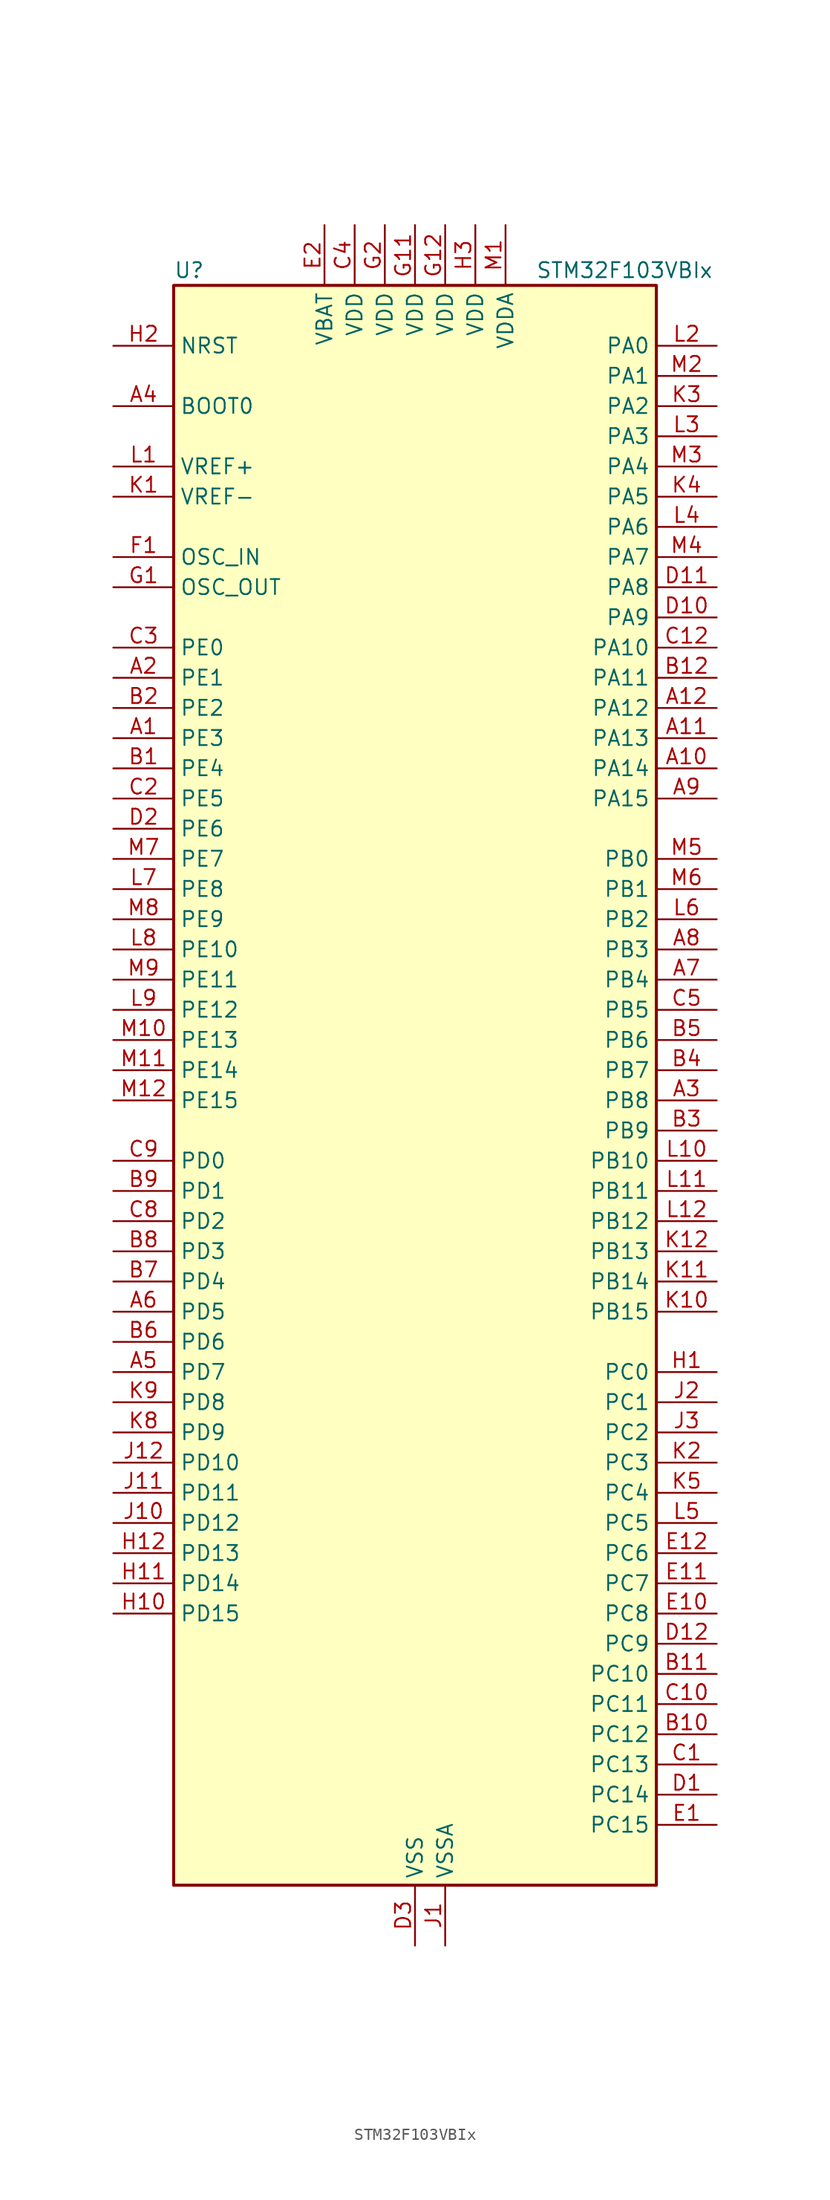
<source format=kicad_sym>
(kicad_symbol_lib
  (version 20241209)
  (generator "kicad_symbol_editor")
  (generator_version "9.0")
  (symbol "STM32F103VBIx"
    (property "Reference" "U"
      (at -20.32 69.85 0)
      (effects (font (size 1.27 1.27)) (justify left)))
    (property "Value" "STM32F103VBIx"
      (at 10.16 69.85 0)
      (effects (font (size 1.27 1.27)) (justify left)))
    (symbol "STM32F103VBIx_0_1"
      (rectangle (start -20.32 -66.04) (end 20.32 68.58) (stroke (width 0.254) (type default)) (fill (type background))))
    (symbol "STM32F103VBIx_1_1"
      (pin input line (at -25.4 63.5 0) (length 5.08) (name "NRST" (effects (font (size 1.27 1.27)))) (number "H2" (effects (font (size 1.27 1.27)))))
      (pin input line (at -25.4 58.42 0) (length 5.08) (name "BOOT0" (effects (font (size 1.27 1.27)))) (number "A4" (effects (font (size 1.27 1.27)))))
      (pin input line (at -25.4 53.34 0) (length 5.08) (name "VREF+" (effects (font (size 1.27 1.27)))) (number "L1" (effects (font (size 1.27 1.27)))))
      (pin input line (at -25.4 50.8 0) (length 5.08) (name "VREF-" (effects (font (size 1.27 1.27)))) (number "K1" (effects (font (size 1.27 1.27)))))
      (pin input line (at -25.4 45.72 0) (length 5.08) (name "OSC_IN" (effects (font (size 1.27 1.27)))) (number "F1" (effects (font (size 1.27 1.27)))) (alternate "RCC_OSC_IN" bidirectional line))
      (pin input line (at -25.4 43.18 0) (length 5.08) (name "OSC_OUT" (effects (font (size 1.27 1.27)))) (number "G1" (effects (font (size 1.27 1.27)))) (alternate "RCC_OSC_OUT" bidirectional line))
      (pin bidirectional line (at -25.4 38.1 0) (length 5.08) (name "PE0" (effects (font (size 1.27 1.27)))) (number "C3" (effects (font (size 1.27 1.27)))) (alternate "TIM4_ETR" bidirectional line))
      (pin bidirectional line (at -25.4 35.56 0) (length 5.08) (name "PE1" (effects (font (size 1.27 1.27)))) (number "A2" (effects (font (size 1.27 1.27)))))
      (pin bidirectional line (at -25.4 33.02 0) (length 5.08) (name "PE2" (effects (font (size 1.27 1.27)))) (number "B2" (effects (font (size 1.27 1.27)))) (alternate "SYS_TRACECLK" bidirectional line))
      (pin bidirectional line (at -25.4 30.48 0) (length 5.08) (name "PE3" (effects (font (size 1.27 1.27)))) (number "A1" (effects (font (size 1.27 1.27)))) (alternate "SYS_TRACED0" bidirectional line))
      (pin bidirectional line (at -25.4 27.94 0) (length 5.08) (name "PE4" (effects (font (size 1.27 1.27)))) (number "B1" (effects (font (size 1.27 1.27)))) (alternate "SYS_TRACED1" bidirectional line))
      (pin bidirectional line (at -25.4 25.4 0) (length 5.08) (name "PE5" (effects (font (size 1.27 1.27)))) (number "C2" (effects (font (size 1.27 1.27)))) (alternate "SYS_TRACED2" bidirectional line))
      (pin bidirectional line (at -25.4 22.86 0) (length 5.08) (name "PE6" (effects (font (size 1.27 1.27)))) (number "D2" (effects (font (size 1.27 1.27)))) (alternate "SYS_TRACED3" bidirectional line))
      (pin bidirectional line (at -25.4 20.32 0) (length 5.08) (name "PE7" (effects (font (size 1.27 1.27)))) (number "M7" (effects (font (size 1.27 1.27)))) (alternate "TIM1_ETR" bidirectional line))
      (pin bidirectional line (at -25.4 17.78 0) (length 5.08) (name "PE8" (effects (font (size 1.27 1.27)))) (number "L7" (effects (font (size 1.27 1.27)))) (alternate "TIM1_CH1N" bidirectional line))
      (pin bidirectional line (at -25.4 15.24 0) (length 5.08) (name "PE9" (effects (font (size 1.27 1.27)))) (number "M8" (effects (font (size 1.27 1.27)))) (alternate "TIM1_CH1" bidirectional line))
      (pin bidirectional line (at -25.4 12.7 0) (length 5.08) (name "PE10" (effects (font (size 1.27 1.27)))) (number "L8" (effects (font (size 1.27 1.27)))) (alternate "TIM1_CH2N" bidirectional line))
      (pin bidirectional line (at -25.4 10.16 0) (length 5.08) (name "PE11" (effects (font (size 1.27 1.27)))) (number "M9" (effects (font (size 1.27 1.27)))) (alternate "ADC1_EXTI11" bidirectional line) (alternate "ADC2_EXTI11" bidirectional line) (alternate "TIM1_CH2" bidirectional line))
      (pin bidirectional line (at -25.4 7.62 0) (length 5.08) (name "PE12" (effects (font (size 1.27 1.27)))) (number "L9" (effects (font (size 1.27 1.27)))) (alternate "TIM1_CH3N" bidirectional line))
      (pin bidirectional line (at -25.4 5.08 0) (length 5.08) (name "PE13" (effects (font (size 1.27 1.27)))) (number "M10" (effects (font (size 1.27 1.27)))) (alternate "TIM1_CH3" bidirectional line))
      (pin bidirectional line (at -25.4 2.54 0) (length 5.08) (name "PE14" (effects (font (size 1.27 1.27)))) (number "M11" (effects (font (size 1.27 1.27)))) (alternate "TIM1_CH4" bidirectional line))
      (pin bidirectional line (at -25.4 0 0) (length 5.08) (name "PE15" (effects (font (size 1.27 1.27)))) (number "M12" (effects (font (size 1.27 1.27)))) (alternate "ADC1_EXTI15" bidirectional line) (alternate "ADC2_EXTI15" bidirectional line) (alternate "TIM1_BKIN" bidirectional line))
      (pin bidirectional line (at -25.4 -5.08 0) (length 5.08) (name "PD0" (effects (font (size 1.27 1.27)))) (number "C9" (effects (font (size 1.27 1.27)))) (alternate "CAN_RX" bidirectional line))
      (pin bidirectional line (at -25.4 -7.62 0) (length 5.08) (name "PD1" (effects (font (size 1.27 1.27)))) (number "B9" (effects (font (size 1.27 1.27)))) (alternate "CAN_TX" bidirectional line))
      (pin bidirectional line (at -25.4 -10.16 0) (length 5.08) (name "PD2" (effects (font (size 1.27 1.27)))) (number "C8" (effects (font (size 1.27 1.27)))) (alternate "TIM3_ETR" bidirectional line))
      (pin bidirectional line (at -25.4 -12.7 0) (length 5.08) (name "PD3" (effects (font (size 1.27 1.27)))) (number "B8" (effects (font (size 1.27 1.27)))) (alternate "USART2_CTS" bidirectional line))
      (pin bidirectional line (at -25.4 -15.24 0) (length 5.08) (name "PD4" (effects (font (size 1.27 1.27)))) (number "B7" (effects (font (size 1.27 1.27)))) (alternate "USART2_RTS" bidirectional line))
      (pin bidirectional line (at -25.4 -17.78 0) (length 5.08) (name "PD5" (effects (font (size 1.27 1.27)))) (number "A6" (effects (font (size 1.27 1.27)))) (alternate "USART2_TX" bidirectional line))
      (pin bidirectional line (at -25.4 -20.32 0) (length 5.08) (name "PD6" (effects (font (size 1.27 1.27)))) (number "B6" (effects (font (size 1.27 1.27)))) (alternate "USART2_RX" bidirectional line))
      (pin bidirectional line (at -25.4 -22.86 0) (length 5.08) (name "PD7" (effects (font (size 1.27 1.27)))) (number "A5" (effects (font (size 1.27 1.27)))) (alternate "USART2_CK" bidirectional line))
      (pin bidirectional line (at -25.4 -25.4 0) (length 5.08) (name "PD8" (effects (font (size 1.27 1.27)))) (number "K9" (effects (font (size 1.27 1.27)))) (alternate "USART3_TX" bidirectional line))
      (pin bidirectional line (at -25.4 -27.94 0) (length 5.08) (name "PD9" (effects (font (size 1.27 1.27)))) (number "K8" (effects (font (size 1.27 1.27)))) (alternate "USART3_RX" bidirectional line))
      (pin bidirectional line (at -25.4 -30.48 0) (length 5.08) (name "PD10" (effects (font (size 1.27 1.27)))) (number "J12" (effects (font (size 1.27 1.27)))) (alternate "USART3_CK" bidirectional line))
      (pin bidirectional line (at -25.4 -33.02 0) (length 5.08) (name "PD11" (effects (font (size 1.27 1.27)))) (number "J11" (effects (font (size 1.27 1.27)))) (alternate "ADC1_EXTI11" bidirectional line) (alternate "ADC2_EXTI11" bidirectional line) (alternate "USART3_CTS" bidirectional line))
      (pin bidirectional line (at -25.4 -35.56 0) (length 5.08) (name "PD12" (effects (font (size 1.27 1.27)))) (number "J10" (effects (font (size 1.27 1.27)))) (alternate "TIM4_CH1" bidirectional line) (alternate "USART3_RTS" bidirectional line))
      (pin bidirectional line (at -25.4 -38.1 0) (length 5.08) (name "PD13" (effects (font (size 1.27 1.27)))) (number "H12" (effects (font (size 1.27 1.27)))) (alternate "TIM4_CH2" bidirectional line))
      (pin bidirectional line (at -25.4 -40.64 0) (length 5.08) (name "PD14" (effects (font (size 1.27 1.27)))) (number "H11" (effects (font (size 1.27 1.27)))) (alternate "TIM4_CH3" bidirectional line))
      (pin bidirectional line (at -25.4 -43.18 0) (length 5.08) (name "PD15" (effects (font (size 1.27 1.27)))) (number "H10" (effects (font (size 1.27 1.27)))) (alternate "ADC1_EXTI15" bidirectional line) (alternate "ADC2_EXTI15" bidirectional line) (alternate "TIM4_CH4" bidirectional line))
      (pin no_connect line (at -20.32 -66.04 0) (length 5.08) (hide yes) (name "NC" (effects (font (size 1.27 1.27)))) (number "C11" (effects (font (size 1.27 1.27)))))
      (pin power_in line (at -7.62 73.66 270) (length 5.08) (name "VBAT" (effects (font (size 1.27 1.27)))) (number "E2" (effects (font (size 1.27 1.27)))))
      (pin power_in line (at -5.08 73.66 270) (length 5.08) (name "VDD" (effects (font (size 1.27 1.27)))) (number "C4" (effects (font (size 1.27 1.27)))))
      (pin power_in line (at -2.54 73.66 270) (length 5.08) (name "VDD" (effects (font (size 1.27 1.27)))) (number "G2" (effects (font (size 1.27 1.27)))))
      (pin power_in line (at 0 73.66 270) (length 5.08) (name "VDD" (effects (font (size 1.27 1.27)))) (number "G11" (effects (font (size 1.27 1.27)))))
      (pin power_in line (at 0 -71.12 90) (length 5.08) (name "VSS" (effects (font (size 1.27 1.27)))) (number "D3" (effects (font (size 1.27 1.27)))))
      (pin passive line (at 0 -71.12 90) (length 5.08) (hide yes) (name "VSS" (effects (font (size 1.27 1.27)))) (number "E3" (effects (font (size 1.27 1.27)))))
      (pin passive line (at 0 -71.12 90) (length 5.08) (hide yes) (name "VSS" (effects (font (size 1.27 1.27)))) (number "F11" (effects (font (size 1.27 1.27)))))
      (pin passive line (at 0 -71.12 90) (length 5.08) (hide yes) (name "VSS" (effects (font (size 1.27 1.27)))) (number "F12" (effects (font (size 1.27 1.27)))))
      (pin passive line (at 0 -71.12 90) (length 5.08) (hide yes) (name "VSS" (effects (font (size 1.27 1.27)))) (number "F2" (effects (font (size 1.27 1.27)))))
      (pin power_in line (at 2.54 73.66 270) (length 5.08) (name "VDD" (effects (font (size 1.27 1.27)))) (number "G12" (effects (font (size 1.27 1.27)))))
      (pin power_in line (at 2.54 -71.12 90) (length 5.08) (name "VSSA" (effects (font (size 1.27 1.27)))) (number "J1" (effects (font (size 1.27 1.27)))))
      (pin power_in line (at 5.08 73.66 270) (length 5.08) (name "VDD" (effects (font (size 1.27 1.27)))) (number "H3" (effects (font (size 1.27 1.27)))))
      (pin power_in line (at 7.62 73.66 270) (length 5.08) (name "VDDA" (effects (font (size 1.27 1.27)))) (number "M1" (effects (font (size 1.27 1.27)))))
      (pin bidirectional line (at 25.4 63.5 180) (length 5.08) (name "PA0" (effects (font (size 1.27 1.27)))) (number "L2" (effects (font (size 1.27 1.27)))) (alternate "ADC1_IN0" bidirectional line) (alternate "ADC2_IN0" bidirectional line) (alternate "SYS_WKUP" bidirectional line) (alternate "TIM2_CH1" bidirectional line) (alternate "TIM2_ETR" bidirectional line) (alternate "USART2_CTS" bidirectional line))
      (pin bidirectional line (at 25.4 60.96 180) (length 5.08) (name "PA1" (effects (font (size 1.27 1.27)))) (number "M2" (effects (font (size 1.27 1.27)))) (alternate "ADC1_IN1" bidirectional line) (alternate "ADC2_IN1" bidirectional line) (alternate "TIM2_CH2" bidirectional line) (alternate "USART2_RTS" bidirectional line))
      (pin bidirectional line (at 25.4 58.42 180) (length 5.08) (name "PA2" (effects (font (size 1.27 1.27)))) (number "K3" (effects (font (size 1.27 1.27)))) (alternate "ADC1_IN2" bidirectional line) (alternate "ADC2_IN2" bidirectional line) (alternate "TIM2_CH3" bidirectional line) (alternate "USART2_TX" bidirectional line))
      (pin bidirectional line (at 25.4 55.88 180) (length 5.08) (name "PA3" (effects (font (size 1.27 1.27)))) (number "L3" (effects (font (size 1.27 1.27)))) (alternate "ADC1_IN3" bidirectional line) (alternate "ADC2_IN3" bidirectional line) (alternate "TIM2_CH4" bidirectional line) (alternate "USART2_RX" bidirectional line))
      (pin bidirectional line (at 25.4 53.34 180) (length 5.08) (name "PA4" (effects (font (size 1.27 1.27)))) (number "M3" (effects (font (size 1.27 1.27)))) (alternate "ADC1_IN4" bidirectional line) (alternate "ADC2_IN4" bidirectional line) (alternate "SPI1_NSS" bidirectional line) (alternate "USART2_CK" bidirectional line))
      (pin bidirectional line (at 25.4 50.8 180) (length 5.08) (name "PA5" (effects (font (size 1.27 1.27)))) (number "K4" (effects (font (size 1.27 1.27)))) (alternate "ADC1_IN5" bidirectional line) (alternate "ADC2_IN5" bidirectional line) (alternate "SPI1_SCK" bidirectional line))
      (pin bidirectional line (at 25.4 48.26 180) (length 5.08) (name "PA6" (effects (font (size 1.27 1.27)))) (number "L4" (effects (font (size 1.27 1.27)))) (alternate "ADC1_IN6" bidirectional line) (alternate "ADC2_IN6" bidirectional line) (alternate "SPI1_MISO" bidirectional line) (alternate "TIM1_BKIN" bidirectional line) (alternate "TIM3_CH1" bidirectional line))
      (pin bidirectional line (at 25.4 45.72 180) (length 5.08) (name "PA7" (effects (font (size 1.27 1.27)))) (number "M4" (effects (font (size 1.27 1.27)))) (alternate "ADC1_IN7" bidirectional line) (alternate "ADC2_IN7" bidirectional line) (alternate "SPI1_MOSI" bidirectional line) (alternate "TIM1_CH1N" bidirectional line) (alternate "TIM3_CH2" bidirectional line))
      (pin bidirectional line (at 25.4 43.18 180) (length 5.08) (name "PA8" (effects (font (size 1.27 1.27)))) (number "D11" (effects (font (size 1.27 1.27)))) (alternate "RCC_MCO" bidirectional line) (alternate "TIM1_CH1" bidirectional line) (alternate "USART1_CK" bidirectional line))
      (pin bidirectional line (at 25.4 40.64 180) (length 5.08) (name "PA9" (effects (font (size 1.27 1.27)))) (number "D10" (effects (font (size 1.27 1.27)))) (alternate "TIM1_CH2" bidirectional line) (alternate "USART1_TX" bidirectional line))
      (pin bidirectional line (at 25.4 38.1 180) (length 5.08) (name "PA10" (effects (font (size 1.27 1.27)))) (number "C12" (effects (font (size 1.27 1.27)))) (alternate "TIM1_CH3" bidirectional line) (alternate "USART1_RX" bidirectional line))
      (pin bidirectional line (at 25.4 35.56 180) (length 5.08) (name "PA11" (effects (font (size 1.27 1.27)))) (number "B12" (effects (font (size 1.27 1.27)))) (alternate "ADC1_EXTI11" bidirectional line) (alternate "ADC2_EXTI11" bidirectional line) (alternate "CAN_RX" bidirectional line) (alternate "TIM1_CH4" bidirectional line) (alternate "USART1_CTS" bidirectional line) (alternate "USB_DM" bidirectional line))
      (pin bidirectional line (at 25.4 33.02 180) (length 5.08) (name "PA12" (effects (font (size 1.27 1.27)))) (number "A12" (effects (font (size 1.27 1.27)))) (alternate "CAN_TX" bidirectional line) (alternate "TIM1_ETR" bidirectional line) (alternate "USART1_RTS" bidirectional line) (alternate "USB_DP" bidirectional line))
      (pin bidirectional line (at 25.4 30.48 180) (length 5.08) (name "PA13" (effects (font (size 1.27 1.27)))) (number "A11" (effects (font (size 1.27 1.27)))) (alternate "SYS_JTMS-SWDIO" bidirectional line))
      (pin bidirectional line (at 25.4 27.94 180) (length 5.08) (name "PA14" (effects (font (size 1.27 1.27)))) (number "A10" (effects (font (size 1.27 1.27)))) (alternate "SYS_JTCK-SWCLK" bidirectional line))
      (pin bidirectional line (at 25.4 25.4 180) (length 5.08) (name "PA15" (effects (font (size 1.27 1.27)))) (number "A9" (effects (font (size 1.27 1.27)))) (alternate "ADC1_EXTI15" bidirectional line) (alternate "ADC2_EXTI15" bidirectional line) (alternate "SPI1_NSS" bidirectional line) (alternate "SYS_JTDI" bidirectional line) (alternate "TIM2_CH1" bidirectional line) (alternate "TIM2_ETR" bidirectional line))
      (pin bidirectional line (at 25.4 20.32 180) (length 5.08) (name "PB0" (effects (font (size 1.27 1.27)))) (number "M5" (effects (font (size 1.27 1.27)))) (alternate "ADC1_IN8" bidirectional line) (alternate "ADC2_IN8" bidirectional line) (alternate "TIM1_CH2N" bidirectional line) (alternate "TIM3_CH3" bidirectional line))
      (pin bidirectional line (at 25.4 17.78 180) (length 5.08) (name "PB1" (effects (font (size 1.27 1.27)))) (number "M6" (effects (font (size 1.27 1.27)))) (alternate "ADC1_IN9" bidirectional line) (alternate "ADC2_IN9" bidirectional line) (alternate "TIM1_CH3N" bidirectional line) (alternate "TIM3_CH4" bidirectional line))
      (pin bidirectional line (at 25.4 15.24 180) (length 5.08) (name "PB2" (effects (font (size 1.27 1.27)))) (number "L6" (effects (font (size 1.27 1.27)))))
      (pin bidirectional line (at 25.4 12.7 180) (length 5.08) (name "PB3" (effects (font (size 1.27 1.27)))) (number "A8" (effects (font (size 1.27 1.27)))) (alternate "SPI1_SCK" bidirectional line) (alternate "SYS_JTDO-TRACESWO" bidirectional line) (alternate "TIM2_CH2" bidirectional line))
      (pin bidirectional line (at 25.4 10.16 180) (length 5.08) (name "PB4" (effects (font (size 1.27 1.27)))) (number "A7" (effects (font (size 1.27 1.27)))) (alternate "SPI1_MISO" bidirectional line) (alternate "SYS_NJTRST" bidirectional line) (alternate "TIM3_CH1" bidirectional line))
      (pin bidirectional line (at 25.4 7.62 180) (length 5.08) (name "PB5" (effects (font (size 1.27 1.27)))) (number "C5" (effects (font (size 1.27 1.27)))) (alternate "I2C1_SMBA" bidirectional line) (alternate "SPI1_MOSI" bidirectional line) (alternate "TIM3_CH2" bidirectional line))
      (pin bidirectional line (at 25.4 5.08 180) (length 5.08) (name "PB6" (effects (font (size 1.27 1.27)))) (number "B5" (effects (font (size 1.27 1.27)))) (alternate "I2C1_SCL" bidirectional line) (alternate "TIM4_CH1" bidirectional line) (alternate "USART1_TX" bidirectional line))
      (pin bidirectional line (at 25.4 2.54 180) (length 5.08) (name "PB7" (effects (font (size 1.27 1.27)))) (number "B4" (effects (font (size 1.27 1.27)))) (alternate "I2C1_SDA" bidirectional line) (alternate "TIM4_CH2" bidirectional line) (alternate "USART1_RX" bidirectional line))
      (pin bidirectional line (at 25.4 0 180) (length 5.08) (name "PB8" (effects (font (size 1.27 1.27)))) (number "A3" (effects (font (size 1.27 1.27)))) (alternate "CAN_RX" bidirectional line) (alternate "I2C1_SCL" bidirectional line) (alternate "TIM4_CH3" bidirectional line))
      (pin bidirectional line (at 25.4 -2.54 180) (length 5.08) (name "PB9" (effects (font (size 1.27 1.27)))) (number "B3" (effects (font (size 1.27 1.27)))) (alternate "CAN_TX" bidirectional line) (alternate "I2C1_SDA" bidirectional line) (alternate "TIM4_CH4" bidirectional line))
      (pin bidirectional line (at 25.4 -5.08 180) (length 5.08) (name "PB10" (effects (font (size 1.27 1.27)))) (number "L10" (effects (font (size 1.27 1.27)))) (alternate "I2C2_SCL" bidirectional line) (alternate "TIM2_CH3" bidirectional line) (alternate "USART3_TX" bidirectional line))
      (pin bidirectional line (at 25.4 -7.62 180) (length 5.08) (name "PB11" (effects (font (size 1.27 1.27)))) (number "L11" (effects (font (size 1.27 1.27)))) (alternate "ADC1_EXTI11" bidirectional line) (alternate "ADC2_EXTI11" bidirectional line) (alternate "I2C2_SDA" bidirectional line) (alternate "TIM2_CH4" bidirectional line) (alternate "USART3_RX" bidirectional line))
      (pin bidirectional line (at 25.4 -10.16 180) (length 5.08) (name "PB12" (effects (font (size 1.27 1.27)))) (number "L12" (effects (font (size 1.27 1.27)))) (alternate "I2C2_SMBA" bidirectional line) (alternate "SPI2_NSS" bidirectional line) (alternate "TIM1_BKIN" bidirectional line) (alternate "USART3_CK" bidirectional line))
      (pin bidirectional line (at 25.4 -12.7 180) (length 5.08) (name "PB13" (effects (font (size 1.27 1.27)))) (number "K12" (effects (font (size 1.27 1.27)))) (alternate "SPI2_SCK" bidirectional line) (alternate "TIM1_CH1N" bidirectional line) (alternate "USART3_CTS" bidirectional line))
      (pin bidirectional line (at 25.4 -15.24 180) (length 5.08) (name "PB14" (effects (font (size 1.27 1.27)))) (number "K11" (effects (font (size 1.27 1.27)))) (alternate "SPI2_MISO" bidirectional line) (alternate "TIM1_CH2N" bidirectional line) (alternate "USART3_RTS" bidirectional line))
      (pin bidirectional line (at 25.4 -17.78 180) (length 5.08) (name "PB15" (effects (font (size 1.27 1.27)))) (number "K10" (effects (font (size 1.27 1.27)))) (alternate "ADC1_EXTI15" bidirectional line) (alternate "ADC2_EXTI15" bidirectional line) (alternate "SPI2_MOSI" bidirectional line) (alternate "TIM1_CH3N" bidirectional line))
      (pin bidirectional line (at 25.4 -22.86 180) (length 5.08) (name "PC0" (effects (font (size 1.27 1.27)))) (number "H1" (effects (font (size 1.27 1.27)))) (alternate "ADC1_IN10" bidirectional line) (alternate "ADC2_IN10" bidirectional line))
      (pin bidirectional line (at 25.4 -25.4 180) (length 5.08) (name "PC1" (effects (font (size 1.27 1.27)))) (number "J2" (effects (font (size 1.27 1.27)))) (alternate "ADC1_IN11" bidirectional line) (alternate "ADC2_IN11" bidirectional line))
      (pin bidirectional line (at 25.4 -27.94 180) (length 5.08) (name "PC2" (effects (font (size 1.27 1.27)))) (number "J3" (effects (font (size 1.27 1.27)))) (alternate "ADC1_IN12" bidirectional line) (alternate "ADC2_IN12" bidirectional line))
      (pin bidirectional line (at 25.4 -30.48 180) (length 5.08) (name "PC3" (effects (font (size 1.27 1.27)))) (number "K2" (effects (font (size 1.27 1.27)))) (alternate "ADC1_IN13" bidirectional line) (alternate "ADC2_IN13" bidirectional line))
      (pin bidirectional line (at 25.4 -33.02 180) (length 5.08) (name "PC4" (effects (font (size 1.27 1.27)))) (number "K5" (effects (font (size 1.27 1.27)))) (alternate "ADC1_IN14" bidirectional line) (alternate "ADC2_IN14" bidirectional line))
      (pin bidirectional line (at 25.4 -35.56 180) (length 5.08) (name "PC5" (effects (font (size 1.27 1.27)))) (number "L5" (effects (font (size 1.27 1.27)))) (alternate "ADC1_IN15" bidirectional line) (alternate "ADC2_IN15" bidirectional line))
      (pin bidirectional line (at 25.4 -38.1 180) (length 5.08) (name "PC6" (effects (font (size 1.27 1.27)))) (number "E12" (effects (font (size 1.27 1.27)))) (alternate "TIM3_CH1" bidirectional line))
      (pin bidirectional line (at 25.4 -40.64 180) (length 5.08) (name "PC7" (effects (font (size 1.27 1.27)))) (number "E11" (effects (font (size 1.27 1.27)))) (alternate "TIM3_CH2" bidirectional line))
      (pin bidirectional line (at 25.4 -43.18 180) (length 5.08) (name "PC8" (effects (font (size 1.27 1.27)))) (number "E10" (effects (font (size 1.27 1.27)))) (alternate "TIM3_CH3" bidirectional line))
      (pin bidirectional line (at 25.4 -45.72 180) (length 5.08) (name "PC9" (effects (font (size 1.27 1.27)))) (number "D12" (effects (font (size 1.27 1.27)))) (alternate "TIM3_CH4" bidirectional line))
      (pin bidirectional line (at 25.4 -48.26 180) (length 5.08) (name "PC10" (effects (font (size 1.27 1.27)))) (number "B11" (effects (font (size 1.27 1.27)))) (alternate "USART3_TX" bidirectional line))
      (pin bidirectional line (at 25.4 -50.8 180) (length 5.08) (name "PC11" (effects (font (size 1.27 1.27)))) (number "C10" (effects (font (size 1.27 1.27)))) (alternate "ADC1_EXTI11" bidirectional line) (alternate "ADC2_EXTI11" bidirectional line) (alternate "USART3_RX" bidirectional line))
      (pin bidirectional line (at 25.4 -53.34 180) (length 5.08) (name "PC12" (effects (font (size 1.27 1.27)))) (number "B10" (effects (font (size 1.27 1.27)))) (alternate "USART3_CK" bidirectional line))
      (pin bidirectional line (at 25.4 -55.88 180) (length 5.08) (name "PC13" (effects (font (size 1.27 1.27)))) (number "C1" (effects (font (size 1.27 1.27)))) (alternate "RTC_OUT" bidirectional line) (alternate "RTC_TAMPER" bidirectional line))
      (pin bidirectional line (at 25.4 -58.42 180) (length 5.08) (name "PC14" (effects (font (size 1.27 1.27)))) (number "D1" (effects (font (size 1.27 1.27)))) (alternate "RCC_OSC32_IN" bidirectional line))
      (pin bidirectional line (at 25.4 -60.96 180) (length 5.08) (name "PC15" (effects (font (size 1.27 1.27)))) (number "E1" (effects (font (size 1.27 1.27)))) (alternate "ADC1_EXTI15" bidirectional line) (alternate "ADC2_EXTI15" bidirectional line) (alternate "RCC_OSC32_OUT" bidirectional line)))))
</source>
